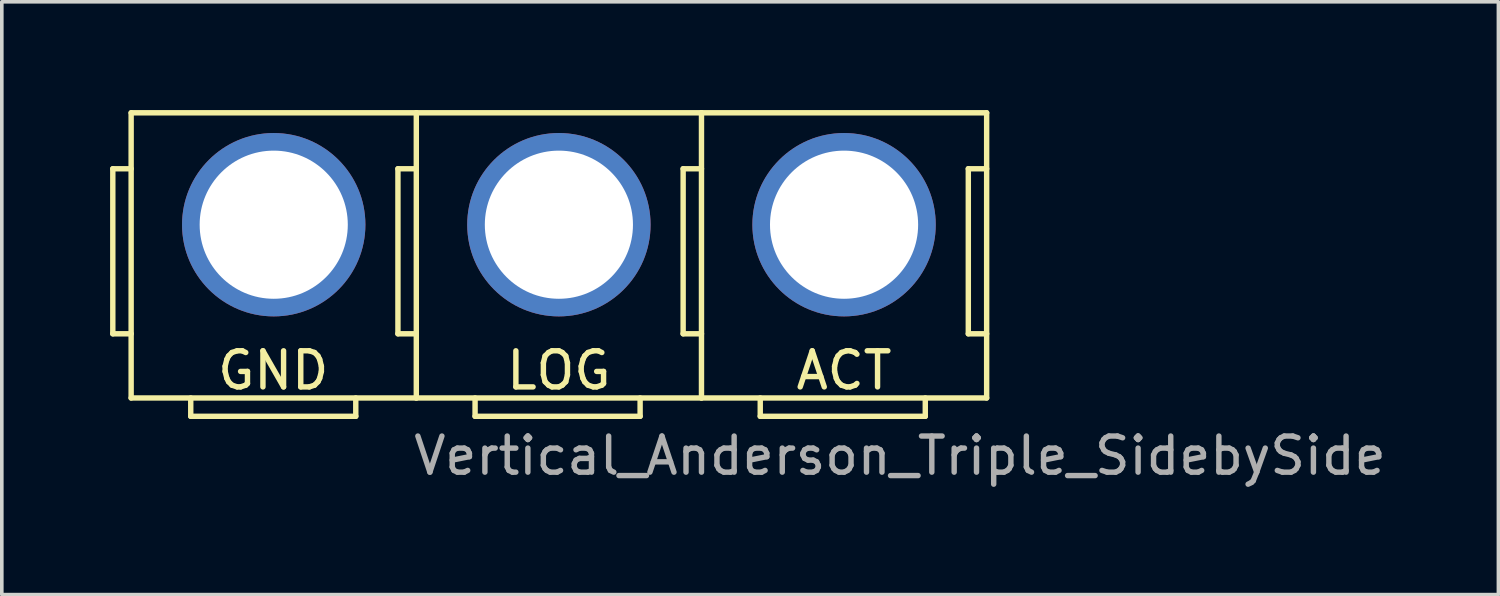
<source format=kicad_pcb>
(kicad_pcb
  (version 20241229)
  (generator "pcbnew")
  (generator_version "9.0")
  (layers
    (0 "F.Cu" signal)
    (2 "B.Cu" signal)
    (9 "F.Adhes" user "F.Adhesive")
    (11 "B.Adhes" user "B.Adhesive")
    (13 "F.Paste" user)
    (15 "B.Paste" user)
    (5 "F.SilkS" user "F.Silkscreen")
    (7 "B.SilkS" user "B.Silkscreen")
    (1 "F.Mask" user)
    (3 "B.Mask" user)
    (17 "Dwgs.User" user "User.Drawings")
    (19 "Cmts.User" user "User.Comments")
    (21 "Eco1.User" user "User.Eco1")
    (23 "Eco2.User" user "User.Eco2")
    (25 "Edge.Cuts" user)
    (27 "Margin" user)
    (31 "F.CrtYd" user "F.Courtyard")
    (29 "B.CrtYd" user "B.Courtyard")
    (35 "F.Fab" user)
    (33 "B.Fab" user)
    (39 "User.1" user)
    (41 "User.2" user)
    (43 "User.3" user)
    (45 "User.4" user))
  (footprint "Vertical_Anderson_Triple_SidebySide"
    (layer "F.Cu")
    (at 0.583 7.975)
    (property "Reference" "Vertical_Anderson_Triple_SidebySide" (at 21.3 1.6 0) (layer "F.Fab") (effects (font (size 1 1) (thickness 0.15))))
    (attr through_hole)
    (fp_line (start -0.508 -6.35) (end -0.508 -1.778) (stroke (width 0.15) (type solid)) (layer "F.SilkS"))
    (fp_line (start -0.508 -1.778) (end 0 -1.778) (stroke (width 0.15) (type solid)) (layer "F.SilkS"))
    (fp_line (start 0 -6.35) (end -0.508 -6.35) (stroke (width 0.15) (type solid)) (layer "F.SilkS"))
    (fp_line (start 0 0) (end 0 -7.9) (stroke (width 0.15) (type solid)) (layer "F.SilkS"))
    (fp_line (start 1.651 0) (end 1.651 0.508) (stroke (width 0.15) (type solid)) (layer "F.SilkS"))
    (fp_line (start 1.651 0.508) (end 6.223 0.508) (stroke (width 0.15) (type solid)) (layer "F.SilkS"))
    (fp_line (start 6.223 0.508) (end 6.223 0) (stroke (width 0.15) (type solid)) (layer "F.SilkS"))
    (fp_line (start 7.391 -6.35) (end 7.391 -1.778) (stroke (width 0.15) (type solid)) (layer "F.SilkS"))
    (fp_line (start 7.391 -1.778) (end 7.899 -1.778) (stroke (width 0.15) (type solid)) (layer "F.SilkS"))
    (fp_line (start 7.899 -6.35) (end 7.391 -6.35) (stroke (width 0.15) (type solid)) (layer "F.SilkS"))
    (fp_line (start 7.9 -7.9) (end 0 -7.9) (stroke (width 0.15) (type solid)) (layer "F.SilkS"))
    (fp_line (start 7.9 0) (end 0 0) (stroke (width 0.15) (type solid)) (layer "F.SilkS"))
    (fp_line (start 7.9 0) (end 7.9 -7.9) (stroke (width 0.15) (type solid)) (layer "F.SilkS"))
    (fp_line (start 9.528 0) (end 9.528 0.508) (stroke (width 0.15) (type solid)) (layer "F.SilkS"))
    (fp_line (start 9.528 0.508) (end 14.1 0.508) (stroke (width 0.15) (type solid)) (layer "F.SilkS"))
    (fp_line (start 14.1 0.508) (end 14.1 0) (stroke (width 0.15) (type solid)) (layer "F.SilkS"))
    (fp_line (start 15.292 -6.35) (end 15.292 -1.778) (stroke (width 0.15) (type solid)) (layer "F.SilkS"))
    (fp_line (start 15.292 -1.778) (end 15.8 -1.778) (stroke (width 0.15) (type solid)) (layer "F.SilkS"))
    (fp_line (start 15.8 -7.9) (end 7.9 -7.9) (stroke (width 0.15) (type solid)) (layer "F.SilkS"))
    (fp_line (start 15.8 -6.35) (end 15.292 -6.35) (stroke (width 0.15) (type solid)) (layer "F.SilkS"))
    (fp_line (start 15.8 0) (end 7.9 0) (stroke (width 0.15) (type solid)) (layer "F.SilkS"))
    (fp_line (start 15.8 0) (end 15.8 -7.9) (stroke (width 0.15) (type solid)) (layer "F.SilkS"))
    (fp_line (start 17.428 0) (end 17.428 0.508) (stroke (width 0.15) (type solid)) (layer "F.SilkS"))
    (fp_line (start 17.428 0.508) (end 22 0.508) (stroke (width 0.15) (type solid)) (layer "F.SilkS"))
    (fp_line (start 22 0.508) (end 22 0) (stroke (width 0.15) (type solid)) (layer "F.SilkS"))
    (fp_line (start 23.192 -6.35) (end 23.192 -1.778) (stroke (width 0.15) (type solid)) (layer "F.SilkS"))
    (fp_line (start 23.192 -1.778) (end 23.7 -1.778) (stroke (width 0.15) (type solid)) (layer "F.SilkS"))
    (fp_line (start 23.7 -7.9) (end 15.8 -7.9) (stroke (width 0.15) (type solid)) (layer "F.SilkS"))
    (fp_line (start 23.7 -6.35) (end 23.192 -6.35) (stroke (width 0.15) (type solid)) (layer "F.SilkS"))
    (fp_line (start 23.7 0) (end 15.8 0) (stroke (width 0.15) (type solid)) (layer "F.SilkS"))
    (fp_line (start 23.7 0) (end 23.7 -7.9) (stroke (width 0.15) (type solid)) (layer "F.SilkS"))
    (fp_text user "LOG" (at 11.849 -0.762 0) (layer "F.SilkS") (effects (font (size 1 1) (thickness 0.15))))
    (fp_text user "ACT" (at 19.749 -0.762 0) (layer "F.SilkS") (effects (font (size 1 1) (thickness 0.15))))
    (fp_text user "GND" (at 3.937 -0.762 0) (layer "F.SilkS") (effects (font (size 1 1) (thickness 0.15))))
    (pad "1" thru_hole circle (at 3.95 -4.8 270) (size 5.08 5.08) (drill 4.104) (layers "*.Cu" "*.Mask"))
    (pad "2" thru_hole circle (at 11.85 -4.8 270) (size 5.08 5.08) (drill 4.104) (layers "*.Cu" "*.Mask"))
    (pad "3" thru_hole circle (at 19.75 -4.8 270) (size 5.08 5.08) (drill 4.104) (layers "*.Cu" "*.Mask")))
  (gr_rect
    (start -3 -3)
    (end 38.46 13.423)
    (stroke (width 0.1) (type default))
    (fill no)
    (layer "Edge.Cuts")))
</source>
